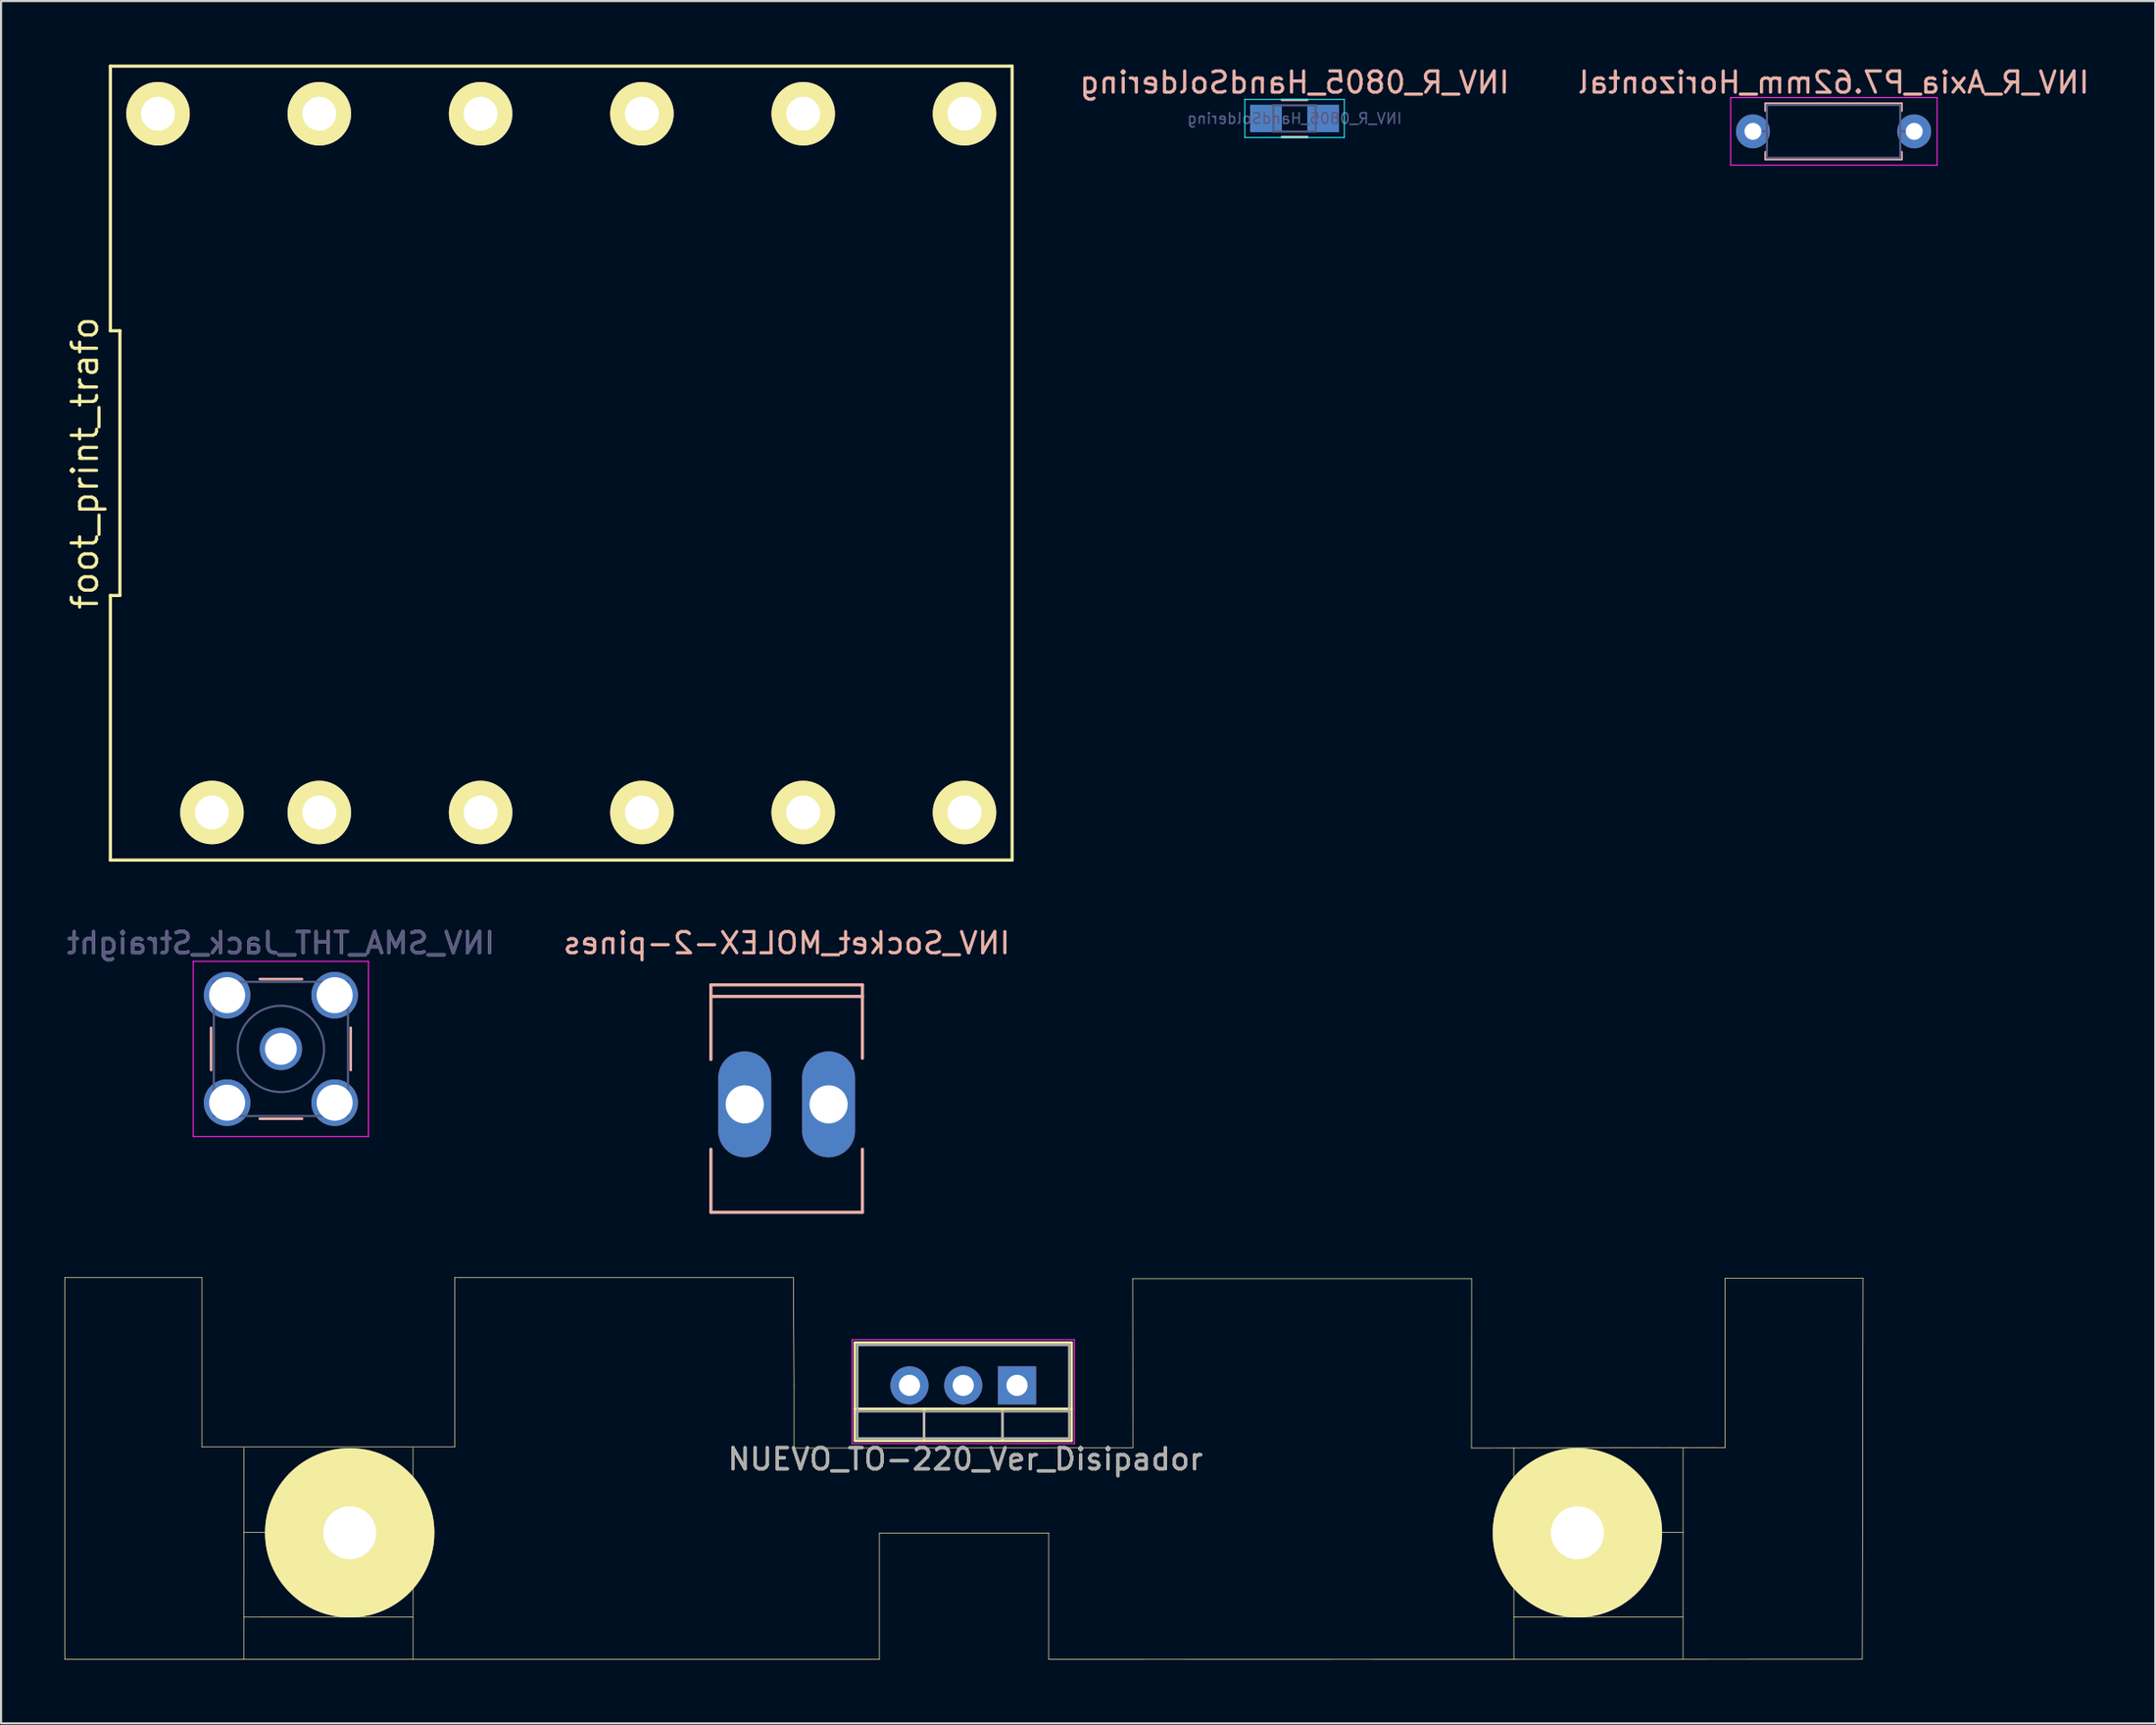
<source format=kicad_pcb>
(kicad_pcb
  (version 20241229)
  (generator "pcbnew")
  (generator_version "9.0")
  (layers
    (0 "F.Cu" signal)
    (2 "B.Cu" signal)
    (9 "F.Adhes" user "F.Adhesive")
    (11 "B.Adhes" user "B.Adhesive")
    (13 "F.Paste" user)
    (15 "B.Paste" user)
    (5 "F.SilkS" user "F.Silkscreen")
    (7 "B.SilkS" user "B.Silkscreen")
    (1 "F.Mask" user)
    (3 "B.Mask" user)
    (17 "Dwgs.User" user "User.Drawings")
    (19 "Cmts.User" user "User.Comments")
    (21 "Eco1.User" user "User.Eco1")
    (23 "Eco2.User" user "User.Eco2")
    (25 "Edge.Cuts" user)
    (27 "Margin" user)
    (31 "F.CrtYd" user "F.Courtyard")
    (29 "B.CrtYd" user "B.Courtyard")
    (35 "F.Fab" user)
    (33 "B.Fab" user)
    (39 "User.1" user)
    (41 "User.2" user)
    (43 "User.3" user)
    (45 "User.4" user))
  (footprint "NUEVO_TO-220_Ver_Disipador"
    (layer "F.Cu")
    (at 42.471 62.383)
    (property "Reference" "NUEVO_TO-220_Ver_Disipador" (at 0.081 3.521 180) (layer "F.SilkS") (effects (font (size 1 1) (thickness 0.15))))
    (attr through_hole)
    (fp_line (start -42.456 -5.055) (end -35.979 -5.055) (stroke (width 0.03) (type solid)) (layer "F.SilkS"))
    (fp_line (start -42.456 12.979) (end -42.456 -5.055) (stroke (width 0.03) (type solid)) (layer "F.SilkS"))
    (fp_line (start -35.979 -5.055) (end -35.979 2.946) (stroke (width 0.03) (type solid)) (layer "F.SilkS"))
    (fp_line (start -35.979 2.946) (end -24.041 2.946) (stroke (width 0.03) (type solid)) (layer "F.SilkS"))
    (fp_line (start -34.008 10.988) (end -26.01 10.986) (stroke (width 0.03) (type solid)) (layer "F.SilkS"))
    (fp_line (start -34.003 2.987) (end -34.008 12.987) (stroke (width 0.03) (type solid)) (layer "F.SilkS"))
    (fp_line (start -26.012 2.985) (end -26.01 12.987) (stroke (width 0.03) (type solid)) (layer "F.SilkS"))
    (fp_line (start -26.01 6.985) (end -34.008 6.985) (stroke (width 0.03) (type solid)) (layer "F.SilkS"))
    (fp_line (start -24.041 -5.055) (end -8.039 -5.055) (stroke (width 0.03) (type solid)) (layer "F.SilkS"))
    (fp_line (start -24.041 2.946) (end -24.041 -5.055) (stroke (width 0.03) (type solid)) (layer "F.SilkS"))
    (fp_line (start -8.039 -5.055) (end -8.009 -0.015) (stroke (width 0.03) (type solid)) (layer "F.SilkS"))
    (fp_line (start -8.009 -0.015) (end -8.009 2.997) (stroke (width 0.03) (type solid)) (layer "F.SilkS"))
    (fp_line (start -8.009 2.997) (end 7.998 2.987) (stroke (width 0.03) (type solid)) (layer "F.SilkS"))
    (fp_line (start -5.135 2.653) (end -5.135 -1.988) (stroke (width 0.12) (type solid)) (layer "F.SilkS"))
    (fp_line (start -3.975 7.01) (end -3.975 12.979) (stroke (width 0.03) (type solid)) (layer "F.SilkS"))
    (fp_line (start -3.975 12.979) (end -42.456 12.979) (stroke (width 0.03) (type solid)) (layer "F.SilkS"))
    (fp_line (start -1.866 2.653) (end -1.866 1.143) (stroke (width 0.12) (type solid)) (layer "F.SilkS"))
    (fp_line (start 1.835 2.653) (end 1.835 1.143) (stroke (width 0.12) (type solid)) (layer "F.SilkS"))
    (fp_line (start 4.026 7.01) (end -3.975 7.01) (stroke (width 0.03) (type solid)) (layer "F.SilkS"))
    (fp_line (start 4.026 12.979) (end 4.026 7.01) (stroke (width 0.03) (type solid)) (layer "F.SilkS"))
    (fp_line (start 5.105 -1.988) (end -5.135 -1.988) (stroke (width 0.12) (type solid)) (layer "F.SilkS"))
    (fp_line (start 5.105 1.143) (end -5.135 1.143) (stroke (width 0.12) (type solid)) (layer "F.SilkS"))
    (fp_line (start 5.105 2.653) (end -5.135 2.653) (stroke (width 0.12) (type solid)) (layer "F.SilkS"))
    (fp_line (start 5.105 2.653) (end 5.105 -1.988) (stroke (width 0.12) (type solid)) (layer "F.SilkS"))
    (fp_line (start 7.991 -5.006) (end 24 -5.006) (stroke (width 0.03) (type solid)) (layer "F.SilkS"))
    (fp_line (start 7.998 2.987) (end 7.991 -5.006) (stroke (width 0.03) (type solid)) (layer "F.SilkS"))
    (fp_line (start 23.995 2.997) (end 35.979 2.972) (stroke (width 0.03) (type solid)) (layer "F.SilkS"))
    (fp_line (start 24 -5.006) (end 23.995 2.997) (stroke (width 0.03) (type solid)) (layer "F.SilkS"))
    (fp_line (start 25.994 2.987) (end 25.997 12.99) (stroke (width 0.03) (type solid)) (layer "F.SilkS"))
    (fp_line (start 25.994 6.985) (end 33.993 6.985) (stroke (width 0.03) (type solid)) (layer "F.SilkS"))
    (fp_line (start 25.994 10.986) (end 33.993 10.986) (stroke (width 0.03) (type solid)) (layer "F.SilkS"))
    (fp_line (start 33.993 2.987) (end 33.993 12.987) (stroke (width 0.03) (type solid)) (layer "F.SilkS"))
    (fp_line (start 35.979 -5.029) (end 42.494 -5.029) (stroke (width 0.03) (type solid)) (layer "F.SilkS"))
    (fp_line (start 35.979 2.972) (end 35.979 -5.029) (stroke (width 0.03) (type solid)) (layer "F.SilkS"))
    (fp_line (start 42.456 12.967) (end 4.026 12.979) (stroke (width 0.03) (type solid)) (layer "F.SilkS"))
    (fp_line (start 42.494 -5.029) (end 42.456 12.967) (stroke (width 0.03) (type solid)) (layer "F.SilkS"))
    (fp_line (start -5.265 -2.127) (end -5.265 2.783) (stroke (width 0.05) (type solid)) (layer "F.CrtYd"))
    (fp_line (start -5.265 2.783) (end 5.235 2.783) (stroke (width 0.05) (type solid)) (layer "F.CrtYd"))
    (fp_line (start 5.235 -2.127) (end -5.265 -2.127) (stroke (width 0.05) (type solid)) (layer "F.CrtYd"))
    (fp_line (start 5.235 2.783) (end 5.235 -2.127) (stroke (width 0.05) (type solid)) (layer "F.CrtYd"))
    (fp_line (start -5.015 -1.867) (end -5.015 2.533) (stroke (width 0.1) (type solid)) (layer "F.Fab"))
    (fp_line (start -5.015 2.533) (end 4.985 2.533) (stroke (width 0.1) (type solid)) (layer "F.Fab"))
    (fp_line (start -1.865 2.533) (end -1.865 1.263) (stroke (width 0.1) (type solid)) (layer "F.Fab"))
    (fp_line (start 1.835 2.533) (end 1.835 1.263) (stroke (width 0.1) (type solid)) (layer "F.Fab"))
    (fp_line (start 4.985 -1.867) (end -5.015 -1.867) (stroke (width 0.1) (type solid)) (layer "F.Fab"))
    (fp_line (start 4.985 1.263) (end -5.015 1.263) (stroke (width 0.1) (type solid)) (layer "F.Fab"))
    (fp_line (start 4.985 2.533) (end 4.985 -1.867) (stroke (width 0.1) (type solid)) (layer "F.Fab"))
    (fp_text user "${REFERENCE}" (at 0.081 3.521 180) (layer "F.Fab") (effects (font (size 1 1) (thickness 0.15))))
    (pad "1" thru_hole rect (at 2.525 0.033 180) (size 1.8 1.8) (drill 1) (layers "*.Cu" "*.Mask"))
    (pad "2" thru_hole oval (at -0.015 0.033 180) (size 1.8 1.8) (drill 1) (layers "*.Cu" "*.Mask"))
    (pad "3" thru_hole oval (at -2.555 0.033 180) (size 1.8 1.8) (drill 1) (layers "*.Cu" "*.Mask"))
    (pad "4" thru_hole circle (at -29 7) (size 8 8) (drill 2.5) (layers "*.Cu" "*.Mask" "F.SilkS"))
    (pad "4" thru_hole circle (at 29 7) (size 8 8) (drill 2.5) (layers "*.Cu" "*.Mask" "F.SilkS")))
  (footprint "INV_R_0805_HandSoldering"
    (layer "F.Cu")
    (at 58.108 2.548)
    (property "Reference" "INV_R_0805_HandSoldering" (at 0 -1.7 0) (layer "B.SilkS") (effects (font (size 1 1) (thickness 0.15)) (justify mirror)))
    (attr smd)
    (fp_line (start -0.6 -0.88) (end 0.6 -0.88) (stroke (width 0.12) (type solid)) (layer "B.SilkS"))
    (fp_line (start 0.6 0.88) (end -0.6 0.88) (stroke (width 0.12) (type solid)) (layer "B.SilkS"))
    (fp_line (start -2.35 -0.9) (end -2.35 0.9) (stroke (width 0.05) (type solid)) (layer "B.CrtYd"))
    (fp_line (start -2.35 -0.9) (end 2.35 -0.9) (stroke (width 0.05) (type solid)) (layer "B.CrtYd"))
    (fp_line (start 2.35 0.9) (end -2.35 0.9) (stroke (width 0.05) (type solid)) (layer "B.CrtYd"))
    (fp_line (start 2.35 0.9) (end 2.35 -0.9) (stroke (width 0.05) (type solid)) (layer "B.CrtYd"))
    (fp_line (start -1 -0.62) (end 1 -0.62) (stroke (width 0.1) (type solid)) (layer "B.Fab"))
    (fp_line (start -1 0.62) (end -1 -0.62) (stroke (width 0.1) (type solid)) (layer "B.Fab"))
    (fp_line (start 1 -0.62) (end 1 0.62) (stroke (width 0.1) (type solid)) (layer "B.Fab"))
    (fp_line (start 1 0.62) (end -1 0.62) (stroke (width 0.1) (type solid)) (layer "B.Fab"))
    (fp_text user "${REFERENCE}" (at 0 0 0) (layer "B.Fab") (effects (font (size 0.5 0.5) (thickness 0.075)) (justify mirror)))
    (pad "1" smd rect (at -1.35 0) (size 1.5 1.3) (layers "F.Mask" "B.Cu" "F.Paste"))
    (pad "2" smd rect (at 1.35 0) (size 1.5 1.3) (layers "F.Mask" "B.Cu" "F.Paste")))
  (footprint "INV_R_Axia_P7.62mm_Horizontal"
    (layer "F.Cu")
    (at 79.762 3.158)
    (property "Reference" "INV_R_Axia_P7.62mm_Horizontal" (at 3.81 -2.31 0) (layer "B.SilkS") (effects (font (size 1 1) (thickness 0.15)) (justify mirror)))
    (attr through_hole)
    (fp_line (start 0.6 -1.31) (end 7.02 -1.31) (stroke (width 0.12) (type solid)) (layer "B.SilkS"))
    (fp_line (start 0.6 -0.98) (end 0.6 -1.31) (stroke (width 0.12) (type solid)) (layer "B.SilkS"))
    (fp_line (start 0.6 0.98) (end 0.6 1.31) (stroke (width 0.12) (type solid)) (layer "B.SilkS"))
    (fp_line (start 0.6 1.31) (end 7.02 1.31) (stroke (width 0.12) (type solid)) (layer "B.SilkS"))
    (fp_line (start 7.02 -1.31) (end 7.02 -0.98) (stroke (width 0.12) (type solid)) (layer "B.SilkS"))
    (fp_line (start 7.02 1.31) (end 7.02 0.98) (stroke (width 0.12) (type solid)) (layer "B.SilkS"))
    (fp_line (start -1.05 -1.6) (end -1.05 1.6) (stroke (width 0.05) (type solid)) (layer "F.CrtYd"))
    (fp_line (start -1.05 1.6) (end 8.7 1.6) (stroke (width 0.05) (type solid)) (layer "F.CrtYd"))
    (fp_line (start 8.7 -1.6) (end -1.05 -1.6) (stroke (width 0.05) (type solid)) (layer "F.CrtYd"))
    (fp_line (start 8.7 1.6) (end 8.7 -1.6) (stroke (width 0.05) (type solid)) (layer "F.CrtYd"))
    (fp_line (start 0 0) (end 0.66 0) (stroke (width 0.1) (type solid)) (layer "B.Fab"))
    (fp_line (start 0.66 -1.25) (end 0.66 1.25) (stroke (width 0.1) (type solid)) (layer "B.Fab"))
    (fp_line (start 0.66 1.25) (end 6.96 1.25) (stroke (width 0.1) (type solid)) (layer "B.Fab"))
    (fp_line (start 6.96 -1.25) (end 0.66 -1.25) (stroke (width 0.1) (type solid)) (layer "B.Fab"))
    (fp_line (start 6.96 1.25) (end 6.96 -1.25) (stroke (width 0.1) (type solid)) (layer "B.Fab"))
    (fp_line (start 7.62 0) (end 6.96 0) (stroke (width 0.1) (type solid)) (layer "B.Fab"))
    (pad "1" thru_hole circle (at 0 0) (size 1.6 1.6) (drill 0.8) (layers "*.Cu" "*.Mask"))
    (pad "2" thru_hole oval (at 7.62 0) (size 1.6 1.6) (drill 0.8) (layers "*.Cu" "*.Mask")))
  (footprint "INV_SMA_THT_Jack_Straight"
    (layer "F.Cu")
    (at 10.22 46.518)
    (property "Reference" "INV_SMA_THT_Jack_Straight" (at 0 -5 0) (layer "B.SilkS") (effects (font (size 1 1) (thickness 0.15)) (justify mirror)))
    (attr through_hole)
    (fp_line (start -3.3 -1) (end -3.3 1) (stroke (width 0.12) (type solid)) (layer "B.SilkS"))
    (fp_line (start -1 -3.3) (end 1 -3.3) (stroke (width 0.12) (type solid)) (layer "B.SilkS"))
    (fp_line (start -1 3.3) (end 1 3.3) (stroke (width 0.12) (type solid)) (layer "B.SilkS"))
    (fp_line (start 3.3 -1) (end 3.3 1) (stroke (width 0.12) (type solid)) (layer "B.SilkS"))
    (fp_line (start -4.14 -4.14) (end -4.14 4.14) (stroke (width 0.05) (type solid)) (layer "F.CrtYd"))
    (fp_line (start -4.14 -4.14) (end 4.14 -4.14) (stroke (width 0.05) (type solid)) (layer "F.CrtYd"))
    (fp_line (start 4.14 4.14) (end -4.14 4.14) (stroke (width 0.05) (type solid)) (layer "F.CrtYd"))
    (fp_line (start 4.14 4.14) (end 4.14 -4.14) (stroke (width 0.05) (type solid)) (layer "F.CrtYd"))
    (fp_line (start -3.17 -3.17) (end -3.17 3.17) (stroke (width 0.1) (type solid)) (layer "B.Fab"))
    (fp_line (start -3.17 -3.17) (end 3.17 -3.17) (stroke (width 0.1) (type solid)) (layer "B.Fab"))
    (fp_line (start -3.17 3.17) (end 3.17 3.17) (stroke (width 0.1) (type solid)) (layer "B.Fab"))
    (fp_line (start -3.05 -3.05) (end -3.05 -2.03) (stroke (width 0.1) (type solid)) (layer "B.Fab"))
    (fp_line (start -3.05 -3.05) (end -2.03 -3.05) (stroke (width 0.1) (type solid)) (layer "B.Fab"))
    (fp_line (start -3.05 -2.03) (end -2.03 -2.03) (stroke (width 0.1) (type solid)) (layer "B.Fab"))
    (fp_line (start -3.05 2.03) (end -2.03 2.03) (stroke (width 0.1) (type solid)) (layer "B.Fab"))
    (fp_line (start -3.05 3.05) (end -3.05 2.03) (stroke (width 0.1) (type solid)) (layer "B.Fab"))
    (fp_line (start -3.05 3.05) (end -2.03 3.05) (stroke (width 0.1) (type solid)) (layer "B.Fab"))
    (fp_line (start -2.03 -3.05) (end -2.03 -2.03) (stroke (width 0.1) (type solid)) (layer "B.Fab"))
    (fp_line (start -2.03 2.03) (end -2.03 3.05) (stroke (width 0.1) (type solid)) (layer "B.Fab"))
    (fp_line (start 2.03 -3.05) (end 2.03 -2.03) (stroke (width 0.1) (type solid)) (layer "B.Fab"))
    (fp_line (start 2.03 -3.05) (end 3.05 -3.05) (stroke (width 0.1) (type solid)) (layer "B.Fab"))
    (fp_line (start 2.03 -2.03) (end 3.05 -2.03) (stroke (width 0.1) (type solid)) (layer "B.Fab"))
    (fp_line (start 2.03 2.03) (end 2.03 3.05) (stroke (width 0.1) (type solid)) (layer "B.Fab"))
    (fp_line (start 2.03 3.05) (end 3.05 3.05) (stroke (width 0.1) (type solid)) (layer "B.Fab"))
    (fp_line (start 3.05 -3.05) (end 3.05 -2.03) (stroke (width 0.1) (type solid)) (layer "B.Fab"))
    (fp_line (start 3.05 2.03) (end 2.03 2.03) (stroke (width 0.1) (type solid)) (layer "B.Fab"))
    (fp_line (start 3.05 2.03) (end 3.05 3.05) (stroke (width 0.1) (type solid)) (layer "B.Fab"))
    (fp_line (start 3.17 -3.17) (end 3.17 3.17) (stroke (width 0.1) (type solid)) (layer "B.Fab"))
    (fp_circle (center 0 0) (end 0.635 0) (stroke (width 0.1) (type solid)) (fill no) (layer "B.Fab"))
    (fp_circle (center 0 0) (end 2.04 0) (stroke (width 0.1) (type solid)) (fill no) (layer "B.Fab"))
    (fp_text user "${REFERENCE}" (at 0 -5 0) (layer "B.Fab") (effects (font (size 1 1) (thickness 0.15)) (justify mirror)))
    (pad "1" thru_hole circle (at 0 0) (size 2 2) (drill 1.5) (layers "*.Cu" "*.Mask"))
    (pad "2" thru_hole circle (at -2.54 -2.54) (size 2.2 2.2) (drill 1.7) (layers "*.Cu" "*.Mask"))
    (pad "2" thru_hole circle (at -2.54 2.54) (size 2.2 2.2) (drill 1.7) (layers "*.Cu" "*.Mask"))
    (pad "2" thru_hole circle (at 2.54 -2.54) (size 2.2 2.2) (drill 1.7) (layers "*.Cu" "*.Mask"))
    (pad "2" thru_hole circle (at 2.54 2.54) (size 2.2 2.2) (drill 1.7) (layers "*.Cu" "*.Mask")))
  (footprint "INV_Socket_MOLEX-2-pines"
    (layer "F.Cu")
    (at 34.113 49.138)
    (property "Reference" "INV_Socket_MOLEX-2-pines" (at 0 -7.62 0) (layer "B.SilkS") (effects (font (size 1 1) (thickness 0.15)) (justify mirror)))
    (attr through_hole)
    (fp_line (start -3.579 -5.649) (end -3.579 -5.1) (stroke (width 0.15) (type solid)) (layer "B.SilkS"))
    (fp_line (start -3.579 -5.1) (end -3.579 -2.121) (stroke (width 0.15) (type solid)) (layer "B.SilkS"))
    (fp_line (start -3.579 2.121) (end -3.579 5.1) (stroke (width 0.15) (type solid)) (layer "B.SilkS"))
    (fp_line (start -3.579 5.1) (end 3.579 5.1) (stroke (width 0.15) (type solid)) (layer "B.SilkS"))
    (fp_line (start 3.579 -5.649) (end -3.579 -5.649) (stroke (width 0.15) (type solid)) (layer "B.SilkS"))
    (fp_line (start 3.579 -5.1) (end -3.579 -5.1) (stroke (width 0.15) (type solid)) (layer "B.SilkS"))
    (fp_line (start 3.579 -5.1) (end 3.579 -5.649) (stroke (width 0.15) (type solid)) (layer "B.SilkS"))
    (fp_line (start 3.579 -2.179) (end 3.579 -5.1) (stroke (width 0.15) (type solid)) (layer "B.SilkS"))
    (fp_line (start 3.579 5.1) (end 3.579 2.121) (stroke (width 0.15) (type solid)) (layer "B.SilkS"))
    (pad "1" thru_hole oval (at -1.981 0) (size 2.5 5.001) (drill 1.801) (layers "*.Cu" "*.Mask"))
    (pad "2" thru_hole oval (at 1.981 0) (size 2.5 5.001) (drill 1.801) (layers "*.Cu" "*.Mask")))
  (footprint "foot_print_trafo"
    (layer "F.Cu")
    (at 23.465 18.835)
    (property "Reference" "foot_print_trafo" (at -22.5 0 90) (layer "F.SilkS") (effects (font (size 1.2 1.2) (thickness 0.15))))
    (attr through_hole)
    (fp_line (start -21.3 -18.76) (end -21.3 -6.253) (stroke (width 0.15) (type solid)) (layer "F.SilkS"))
    (fp_line (start -21.3 -6.253) (end -20.85 -6.253) (stroke (width 0.15) (type solid)) (layer "F.SilkS"))
    (fp_line (start -21.3 6.253) (end -21.3 18.76) (stroke (width 0.15) (type solid)) (layer "F.SilkS"))
    (fp_line (start -21.3 18.76) (end 21.3 18.76) (stroke (width 0.15) (type solid)) (layer "F.SilkS"))
    (fp_line (start -20.85 -6.253) (end -20.85 6.253) (stroke (width 0.15) (type solid)) (layer "F.SilkS"))
    (fp_line (start -20.85 6.253) (end -21.3 6.253) (stroke (width 0.15) (type solid)) (layer "F.SilkS"))
    (fp_line (start 21.3 -18.76) (end -21.3 -18.76) (stroke (width 0.15) (type solid)) (layer "F.SilkS"))
    (fp_line (start 21.3 18.76) (end 21.3 -18.76) (stroke (width 0.15) (type solid)) (layer "F.SilkS"))
    (pad "1" thru_hole circle (at -16.502 16.51) (size 3 3) (drill 1.6) (layers "*.Cu" "*.Mask" "F.SilkS"))
    (pad "2" thru_hole circle (at -11.43 16.51) (size 3 3) (drill 1.6) (layers "*.Cu" "*.Mask" "F.SilkS"))
    (pad "3" thru_hole circle (at -3.81 16.51) (size 3 3) (drill 1.6) (layers "*.Cu" "*.Mask" "F.SilkS"))
    (pad "4" thru_hole circle (at 3.81 16.51) (size 3 3) (drill 1.6) (layers "*.Cu" "*.Mask" "F.SilkS"))
    (pad "5" thru_hole circle (at 11.43 16.51) (size 3 3) (drill 1.6) (layers "*.Cu" "*.Mask" "F.SilkS"))
    (pad "6" thru_hole circle (at 19.05 16.51) (size 3 3) (drill 1.6) (layers "*.Cu" "*.Mask" "F.SilkS"))
    (pad "7" thru_hole circle (at 19.05 -16.51) (size 3 3) (drill 1.6) (layers "*.Cu" "*.Mask" "F.SilkS"))
    (pad "8" thru_hole circle (at 11.43 -16.51) (size 3 3) (drill 1.6) (layers "*.Cu" "*.Mask" "F.SilkS"))
    (pad "9" thru_hole circle (at 3.81 -16.51) (size 3 3) (drill 1.6) (layers "*.Cu" "*.Mask" "F.SilkS"))
    (pad "10" thru_hole circle (at -3.81 -16.51) (size 3 3) (drill 1.6) (layers "*.Cu" "*.Mask" "F.SilkS"))
    (pad "11" thru_hole circle (at -11.43 -16.51) (size 3 3) (drill 1.6) (layers "*.Cu" "*.Mask" "F.SilkS"))
    (pad "12" thru_hole circle (at -19.05 -16.51) (size 3 3) (drill 1.6) (layers "*.Cu" "*.Mask" "F.SilkS")))
  (gr_rect
    (start -3 -3)
    (end 98.769 78.388)
    (stroke (width 0.1) (type default))
    (fill no)
    (layer "Edge.Cuts")))
</source>
